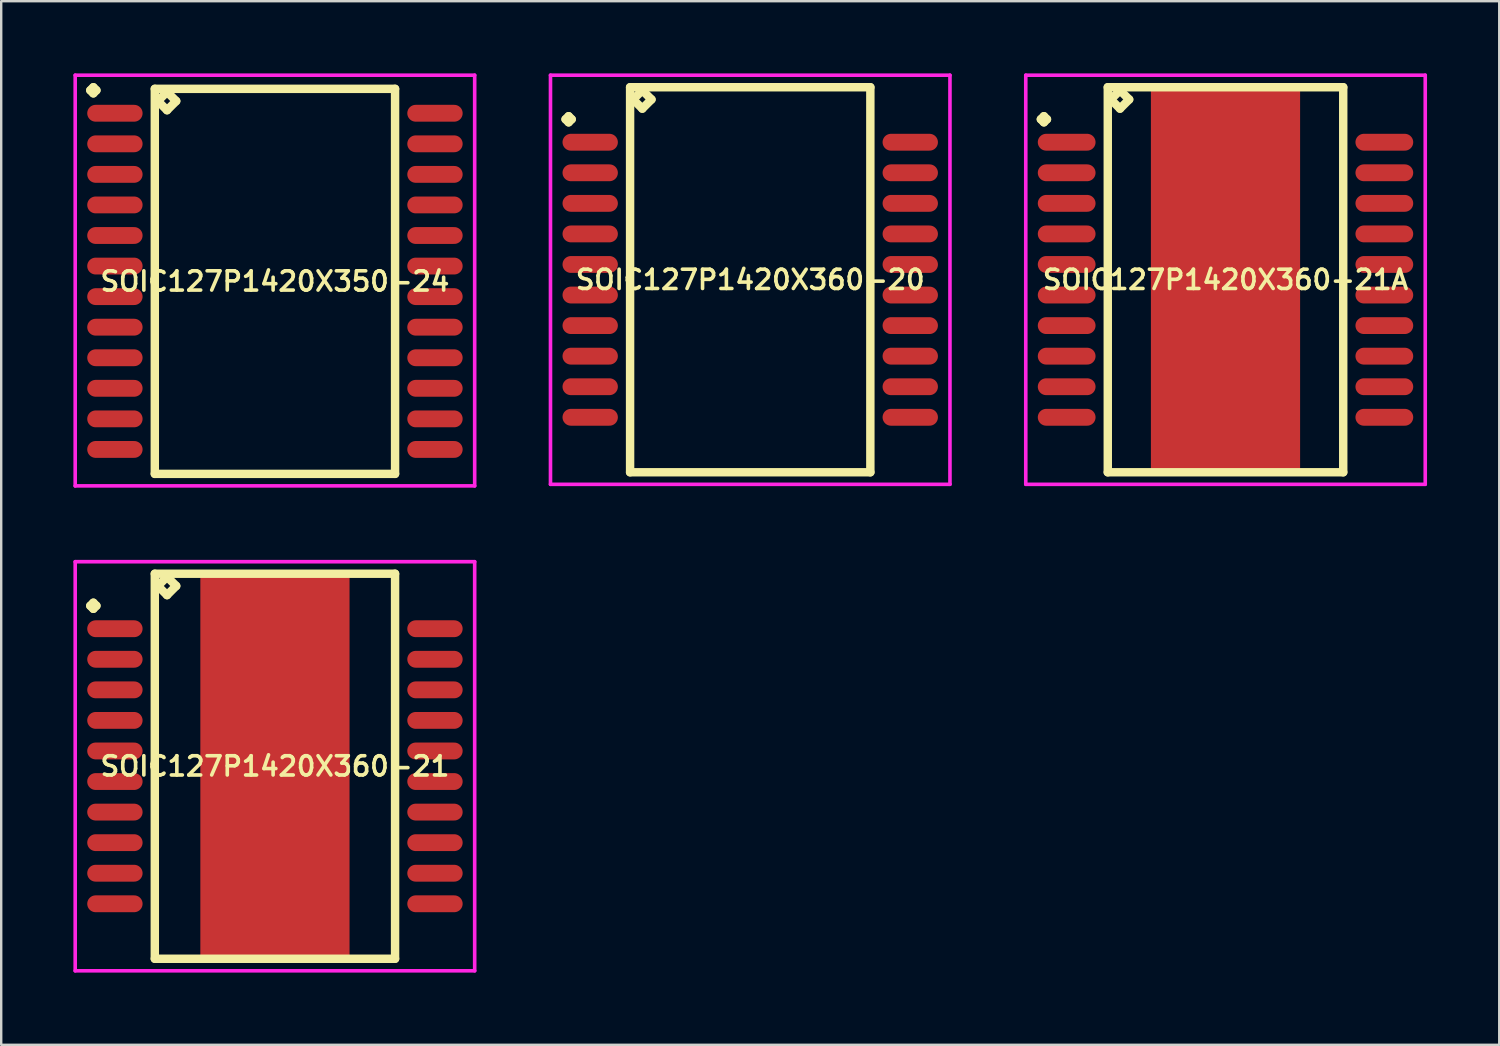
<source format=kicad_pcb>
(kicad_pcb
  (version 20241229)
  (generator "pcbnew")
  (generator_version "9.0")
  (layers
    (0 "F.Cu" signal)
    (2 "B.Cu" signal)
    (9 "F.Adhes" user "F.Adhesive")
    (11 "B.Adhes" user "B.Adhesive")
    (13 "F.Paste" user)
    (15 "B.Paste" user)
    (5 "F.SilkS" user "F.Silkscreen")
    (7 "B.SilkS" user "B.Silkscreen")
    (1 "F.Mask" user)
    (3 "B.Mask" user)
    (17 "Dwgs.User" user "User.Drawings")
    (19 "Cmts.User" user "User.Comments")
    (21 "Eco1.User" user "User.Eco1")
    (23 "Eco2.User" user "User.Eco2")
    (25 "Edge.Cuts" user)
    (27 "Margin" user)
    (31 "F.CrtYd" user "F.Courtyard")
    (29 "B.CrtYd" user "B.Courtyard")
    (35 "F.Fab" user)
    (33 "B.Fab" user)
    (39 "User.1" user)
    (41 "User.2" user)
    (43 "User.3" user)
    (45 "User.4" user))
  (footprint "SOIC127P1420X360-21"
    (layer "F.Cu")
    (at 8.375 28.791)
    (property "Reference" "SOIC127P1420X360-21" (at 0 0 0) (layer "F.SilkS") (effects (font (size 0.8 0.8) (thickness 0.15))))
    (attr smd)
    (fp_line (start -7.673 -6.669) (end -7.546 -6.796) (stroke (width 0.35) (type solid)) (layer "F.SilkS"))
    (fp_line (start -7.546 -6.796) (end -7.419 -6.669) (stroke (width 0.35) (type solid)) (layer "F.SilkS"))
    (fp_line (start -7.546 -6.542) (end -7.673 -6.669) (stroke (width 0.35) (type solid)) (layer "F.SilkS"))
    (fp_line (start -7.419 -6.669) (end -7.546 -6.542) (stroke (width 0.35) (type solid)) (layer "F.SilkS"))
    (fp_line (start -4.992 -8) (end -4.992 8) (stroke (width 0.35) (type solid)) (layer "F.SilkS"))
    (fp_line (start -4.992 8) (end 4.992 8) (stroke (width 0.35) (type solid)) (layer "F.SilkS"))
    (fp_line (start -4.865 -7.492) (end -4.484 -7.873) (stroke (width 0.35) (type solid)) (layer "F.SilkS"))
    (fp_line (start -4.484 -7.873) (end -4.103 -7.492) (stroke (width 0.35) (type solid)) (layer "F.SilkS"))
    (fp_line (start -4.484 -7.111) (end -4.865 -7.492) (stroke (width 0.35) (type solid)) (layer "F.SilkS"))
    (fp_line (start -4.103 -7.492) (end -4.484 -7.111) (stroke (width 0.35) (type solid)) (layer "F.SilkS"))
    (fp_line (start 4.992 -8) (end -4.992 -8) (stroke (width 0.35) (type solid)) (layer "F.SilkS"))
    (fp_line (start 4.992 8) (end 4.992 -8) (stroke (width 0.35) (type solid)) (layer "F.SilkS"))
    (fp_line (start -8.3 -8.5) (end 8.3 -8.5) (stroke (width 0.15) (type solid)) (layer "F.CrtYd"))
    (fp_line (start -8.3 8.5) (end -8.3 -8.5) (stroke (width 0.15) (type solid)) (layer "F.CrtYd"))
    (fp_line (start 8.3 -8.5) (end 8.3 8.5) (stroke (width 0.15) (type solid)) (layer "F.CrtYd"))
    (fp_line (start 8.3 8.5) (end -8.3 8.5) (stroke (width 0.15) (type solid)) (layer "F.CrtYd"))
    (pad "1" smd oval (at -6.65 -5.715) (size 2.3 0.7) (layers "F.Cu" "F.Mask" "F.Paste"))
    (pad "2" smd oval (at -6.65 -4.445) (size 2.3 0.7) (layers "F.Cu" "F.Mask" "F.Paste"))
    (pad "3" smd oval (at -6.65 -3.175) (size 2.3 0.7) (layers "F.Cu" "F.Mask" "F.Paste"))
    (pad "4" smd oval (at -6.65 -1.905) (size 2.3 0.7) (layers "F.Cu" "F.Mask" "F.Paste"))
    (pad "5" smd oval (at -6.65 -0.635) (size 2.3 0.7) (layers "F.Cu" "F.Mask" "F.Paste"))
    (pad "6" smd oval (at -6.65 0.635) (size 2.3 0.7) (layers "F.Cu" "F.Mask" "F.Paste"))
    (pad "7" smd oval (at -6.65 1.905) (size 2.3 0.7) (layers "F.Cu" "F.Mask" "F.Paste"))
    (pad "8" smd oval (at -6.65 3.175) (size 2.3 0.7) (layers "F.Cu" "F.Mask" "F.Paste"))
    (pad "9" smd oval (at -6.65 4.445) (size 2.3 0.7) (layers "F.Cu" "F.Mask" "F.Paste"))
    (pad "10" smd oval (at -6.65 5.715) (size 2.3 0.7) (layers "F.Cu" "F.Mask" "F.Paste"))
    (pad "11" smd oval (at 6.65 5.715) (size 2.3 0.7) (layers "F.Cu" "F.Mask" "F.Paste"))
    (pad "12" smd oval (at 6.65 4.445) (size 2.3 0.7) (layers "F.Cu" "F.Mask" "F.Paste"))
    (pad "13" smd oval (at 6.65 3.175) (size 2.3 0.7) (layers "F.Cu" "F.Mask" "F.Paste"))
    (pad "14" smd oval (at 6.65 1.905) (size 2.3 0.7) (layers "F.Cu" "F.Mask" "F.Paste"))
    (pad "15" smd oval (at 6.65 0.635) (size 2.3 0.7) (layers "F.Cu" "F.Mask" "F.Paste"))
    (pad "16" smd oval (at 6.65 -0.635) (size 2.3 0.7) (layers "F.Cu" "F.Mask" "F.Paste"))
    (pad "17" smd oval (at 6.65 -1.905) (size 2.3 0.7) (layers "F.Cu" "F.Mask" "F.Paste"))
    (pad "18" smd oval (at 6.65 -3.175) (size 2.3 0.7) (layers "F.Cu" "F.Mask" "F.Paste"))
    (pad "19" smd oval (at 6.65 -4.445) (size 2.3 0.7) (layers "F.Cu" "F.Mask" "F.Paste"))
    (pad "20" smd oval (at 6.65 -5.715) (size 2.3 0.7) (layers "F.Cu" "F.Mask" "F.Paste"))
    (pad "21" smd rect (at 0 0) (size 6.2 16) (layers "F.Cu" "F.Mask" "F.Paste")))
  (footprint "SOIC127P1420X350-24"
    (layer "F.Cu")
    (at 8.375 8.641)
    (property "Reference" "SOIC127P1420X350-24" (at 0 0 0) (layer "F.SilkS") (effects (font (size 0.8 0.8) (thickness 0.15))))
    (attr smd)
    (fp_line (start -7.673 -7.939) (end -7.546 -8.066) (stroke (width 0.35) (type solid)) (layer "F.SilkS"))
    (fp_line (start -7.546 -8.066) (end -7.419 -7.939) (stroke (width 0.35) (type solid)) (layer "F.SilkS"))
    (fp_line (start -7.546 -7.812) (end -7.673 -7.939) (stroke (width 0.35) (type solid)) (layer "F.SilkS"))
    (fp_line (start -7.419 -7.939) (end -7.546 -7.812) (stroke (width 0.35) (type solid)) (layer "F.SilkS"))
    (fp_line (start -4.992 -8) (end -4.992 8) (stroke (width 0.35) (type solid)) (layer "F.SilkS"))
    (fp_line (start -4.992 8) (end 4.992 8) (stroke (width 0.35) (type solid)) (layer "F.SilkS"))
    (fp_line (start -4.865 -7.492) (end -4.484 -7.873) (stroke (width 0.35) (type solid)) (layer "F.SilkS"))
    (fp_line (start -4.484 -7.873) (end -4.103 -7.492) (stroke (width 0.35) (type solid)) (layer "F.SilkS"))
    (fp_line (start -4.484 -7.111) (end -4.865 -7.492) (stroke (width 0.35) (type solid)) (layer "F.SilkS"))
    (fp_line (start -4.103 -7.492) (end -4.484 -7.111) (stroke (width 0.35) (type solid)) (layer "F.SilkS"))
    (fp_line (start 4.992 -8) (end -4.992 -8) (stroke (width 0.35) (type solid)) (layer "F.SilkS"))
    (fp_line (start 4.992 8) (end 4.992 -8) (stroke (width 0.35) (type solid)) (layer "F.SilkS"))
    (fp_line (start -8.3 -8.566) (end 8.3 -8.566) (stroke (width 0.15) (type solid)) (layer "F.CrtYd"))
    (fp_line (start -8.3 8.5) (end -8.3 -8.566) (stroke (width 0.15) (type solid)) (layer "F.CrtYd"))
    (fp_line (start 8.3 -8.566) (end 8.3 8.5) (stroke (width 0.15) (type solid)) (layer "F.CrtYd"))
    (fp_line (start 8.3 8.5) (end -8.3 8.5) (stroke (width 0.15) (type solid)) (layer "F.CrtYd"))
    (pad "1" smd oval (at -6.65 -6.985) (size 2.3 0.7) (layers "F.Cu" "F.Mask" "F.Paste"))
    (pad "2" smd oval (at -6.65 -5.715) (size 2.3 0.7) (layers "F.Cu" "F.Mask" "F.Paste"))
    (pad "3" smd oval (at -6.65 -4.445) (size 2.3 0.7) (layers "F.Cu" "F.Mask" "F.Paste"))
    (pad "4" smd oval (at -6.65 -3.175) (size 2.3 0.7) (layers "F.Cu" "F.Mask" "F.Paste"))
    (pad "5" smd oval (at -6.65 -1.905) (size 2.3 0.7) (layers "F.Cu" "F.Mask" "F.Paste"))
    (pad "6" smd oval (at -6.65 -0.635) (size 2.3 0.7) (layers "F.Cu" "F.Mask" "F.Paste"))
    (pad "7" smd oval (at -6.65 0.635) (size 2.3 0.7) (layers "F.Cu" "F.Mask" "F.Paste"))
    (pad "8" smd oval (at -6.65 1.905) (size 2.3 0.7) (layers "F.Cu" "F.Mask" "F.Paste"))
    (pad "9" smd oval (at -6.65 3.175) (size 2.3 0.7) (layers "F.Cu" "F.Mask" "F.Paste"))
    (pad "10" smd oval (at -6.65 4.445) (size 2.3 0.7) (layers "F.Cu" "F.Mask" "F.Paste"))
    (pad "11" smd oval (at -6.65 5.715) (size 2.3 0.7) (layers "F.Cu" "F.Mask" "F.Paste"))
    (pad "12" smd oval (at -6.65 6.985) (size 2.3 0.7) (layers "F.Cu" "F.Mask" "F.Paste"))
    (pad "13" smd oval (at 6.65 6.985) (size 2.3 0.7) (layers "F.Cu" "F.Mask" "F.Paste"))
    (pad "14" smd oval (at 6.65 5.715) (size 2.3 0.7) (layers "F.Cu" "F.Mask" "F.Paste"))
    (pad "15" smd oval (at 6.65 4.445) (size 2.3 0.7) (layers "F.Cu" "F.Mask" "F.Paste"))
    (pad "16" smd oval (at 6.65 3.175) (size 2.3 0.7) (layers "F.Cu" "F.Mask" "F.Paste"))
    (pad "17" smd oval (at 6.65 1.905) (size 2.3 0.7) (layers "F.Cu" "F.Mask" "F.Paste"))
    (pad "18" smd oval (at 6.65 0.635) (size 2.3 0.7) (layers "F.Cu" "F.Mask" "F.Paste"))
    (pad "19" smd oval (at 6.65 -0.635) (size 2.3 0.7) (layers "F.Cu" "F.Mask" "F.Paste"))
    (pad "20" smd oval (at 6.65 -1.905) (size 2.3 0.7) (layers "F.Cu" "F.Mask" "F.Paste"))
    (pad "21" smd oval (at 6.65 -3.175) (size 2.3 0.7) (layers "F.Cu" "F.Mask" "F.Paste"))
    (pad "22" smd oval (at 6.65 -4.445) (size 2.3 0.7) (layers "F.Cu" "F.Mask" "F.Paste"))
    (pad "23" smd oval (at 6.65 -5.715) (size 2.3 0.7) (layers "F.Cu" "F.Mask" "F.Paste"))
    (pad "24" smd oval (at 6.65 -6.985) (size 2.3 0.7) (layers "F.Cu" "F.Mask" "F.Paste")))
  (footprint "SOIC127P1420X360-21A"
    (layer "F.Cu")
    (at 47.875 8.575)
    (property "Reference" "SOIC127P1420X360-21A" (at 0 0 0) (layer "F.SilkS") (effects (font (size 0.8 0.8) (thickness 0.15))))
    (attr smd)
    (fp_line (start -7.673 -6.669) (end -7.546 -6.796) (stroke (width 0.35) (type solid)) (layer "F.SilkS"))
    (fp_line (start -7.546 -6.796) (end -7.419 -6.669) (stroke (width 0.35) (type solid)) (layer "F.SilkS"))
    (fp_line (start -7.546 -6.542) (end -7.673 -6.669) (stroke (width 0.35) (type solid)) (layer "F.SilkS"))
    (fp_line (start -7.419 -6.669) (end -7.546 -6.542) (stroke (width 0.35) (type solid)) (layer "F.SilkS"))
    (fp_line (start -4.892 -8) (end -4.892 8) (stroke (width 0.35) (type solid)) (layer "F.SilkS"))
    (fp_line (start -4.892 8) (end 4.892 8) (stroke (width 0.35) (type solid)) (layer "F.SilkS"))
    (fp_line (start -4.765 -7.492) (end -4.384 -7.873) (stroke (width 0.35) (type solid)) (layer "F.SilkS"))
    (fp_line (start -4.384 -7.873) (end -4.003 -7.492) (stroke (width 0.35) (type solid)) (layer "F.SilkS"))
    (fp_line (start -4.384 -7.111) (end -4.765 -7.492) (stroke (width 0.35) (type solid)) (layer "F.SilkS"))
    (fp_line (start -4.003 -7.492) (end -4.384 -7.111) (stroke (width 0.35) (type solid)) (layer "F.SilkS"))
    (fp_line (start 4.892 -8) (end -4.892 -8) (stroke (width 0.35) (type solid)) (layer "F.SilkS"))
    (fp_line (start 4.892 8) (end 4.892 -8) (stroke (width 0.35) (type solid)) (layer "F.SilkS"))
    (fp_line (start -8.3 -8.5) (end 8.3 -8.5) (stroke (width 0.15) (type solid)) (layer "F.CrtYd"))
    (fp_line (start -8.3 8.5) (end -8.3 -8.5) (stroke (width 0.15) (type solid)) (layer "F.CrtYd"))
    (fp_line (start 8.3 -8.5) (end 8.3 8.5) (stroke (width 0.15) (type solid)) (layer "F.CrtYd"))
    (fp_line (start 8.3 8.5) (end -8.3 8.5) (stroke (width 0.15) (type solid)) (layer "F.CrtYd"))
    (pad "1" smd oval (at -6.6 -5.715) (size 2.4 0.7) (layers "F.Cu" "F.Mask" "F.Paste"))
    (pad "2" smd oval (at -6.6 -4.445) (size 2.4 0.7) (layers "F.Cu" "F.Mask" "F.Paste"))
    (pad "3" smd oval (at -6.6 -3.175) (size 2.4 0.7) (layers "F.Cu" "F.Mask" "F.Paste"))
    (pad "4" smd oval (at -6.6 -1.905) (size 2.4 0.7) (layers "F.Cu" "F.Mask" "F.Paste"))
    (pad "5" smd oval (at -6.6 -0.635) (size 2.4 0.7) (layers "F.Cu" "F.Mask" "F.Paste"))
    (pad "6" smd oval (at -6.6 0.635) (size 2.4 0.7) (layers "F.Cu" "F.Mask" "F.Paste"))
    (pad "7" smd oval (at -6.6 1.905) (size 2.4 0.7) (layers "F.Cu" "F.Mask" "F.Paste"))
    (pad "8" smd oval (at -6.6 3.175) (size 2.4 0.7) (layers "F.Cu" "F.Mask" "F.Paste"))
    (pad "9" smd oval (at -6.6 4.445) (size 2.4 0.7) (layers "F.Cu" "F.Mask" "F.Paste"))
    (pad "10" smd oval (at -6.6 5.715) (size 2.4 0.7) (layers "F.Cu" "F.Mask" "F.Paste"))
    (pad "11" smd oval (at 6.6 5.715) (size 2.4 0.7) (layers "F.Cu" "F.Mask" "F.Paste"))
    (pad "12" smd oval (at 6.6 4.445) (size 2.4 0.7) (layers "F.Cu" "F.Mask" "F.Paste"))
    (pad "13" smd oval (at 6.6 3.175) (size 2.4 0.7) (layers "F.Cu" "F.Mask" "F.Paste"))
    (pad "14" smd oval (at 6.6 1.905) (size 2.4 0.7) (layers "F.Cu" "F.Mask" "F.Paste"))
    (pad "15" smd oval (at 6.6 0.635) (size 2.4 0.7) (layers "F.Cu" "F.Mask" "F.Paste"))
    (pad "16" smd oval (at 6.6 -0.635) (size 2.4 0.7) (layers "F.Cu" "F.Mask" "F.Paste"))
    (pad "17" smd oval (at 6.6 -1.905) (size 2.4 0.7) (layers "F.Cu" "F.Mask" "F.Paste"))
    (pad "18" smd oval (at 6.6 -3.175) (size 2.4 0.7) (layers "F.Cu" "F.Mask" "F.Paste"))
    (pad "19" smd oval (at 6.6 -4.445) (size 2.4 0.7) (layers "F.Cu" "F.Mask" "F.Paste"))
    (pad "20" smd oval (at 6.6 -5.715) (size 2.4 0.7) (layers "F.Cu" "F.Mask" "F.Paste"))
    (pad "21" smd rect (at 0 0) (size 6.2 16) (layers "F.Cu" "F.Mask" "F.Paste")))
  (footprint "SOIC127P1420X360-20"
    (layer "F.Cu")
    (at 28.125 8.575)
    (property "Reference" "SOIC127P1420X360-20" (at 0 0 0) (layer "F.SilkS") (effects (font (size 0.8 0.8) (thickness 0.15))))
    (attr smd)
    (fp_line (start -7.673 -6.669) (end -7.546 -6.796) (stroke (width 0.35) (type solid)) (layer "F.SilkS"))
    (fp_line (start -7.546 -6.796) (end -7.419 -6.669) (stroke (width 0.35) (type solid)) (layer "F.SilkS"))
    (fp_line (start -7.546 -6.542) (end -7.673 -6.669) (stroke (width 0.35) (type solid)) (layer "F.SilkS"))
    (fp_line (start -7.419 -6.669) (end -7.546 -6.542) (stroke (width 0.35) (type solid)) (layer "F.SilkS"))
    (fp_line (start -4.992 -8) (end -4.992 8) (stroke (width 0.35) (type solid)) (layer "F.SilkS"))
    (fp_line (start -4.992 8) (end 4.992 8) (stroke (width 0.35) (type solid)) (layer "F.SilkS"))
    (fp_line (start -4.865 -7.492) (end -4.484 -7.873) (stroke (width 0.35) (type solid)) (layer "F.SilkS"))
    (fp_line (start -4.484 -7.873) (end -4.103 -7.492) (stroke (width 0.35) (type solid)) (layer "F.SilkS"))
    (fp_line (start -4.484 -7.111) (end -4.865 -7.492) (stroke (width 0.35) (type solid)) (layer "F.SilkS"))
    (fp_line (start -4.103 -7.492) (end -4.484 -7.111) (stroke (width 0.35) (type solid)) (layer "F.SilkS"))
    (fp_line (start 4.992 -8) (end -4.992 -8) (stroke (width 0.35) (type solid)) (layer "F.SilkS"))
    (fp_line (start 4.992 8) (end 4.992 -8) (stroke (width 0.35) (type solid)) (layer "F.SilkS"))
    (fp_line (start -8.3 -8.5) (end 8.3 -8.5) (stroke (width 0.15) (type solid)) (layer "F.CrtYd"))
    (fp_line (start -8.3 8.5) (end -8.3 -8.5) (stroke (width 0.15) (type solid)) (layer "F.CrtYd"))
    (fp_line (start 8.3 -8.5) (end 8.3 8.5) (stroke (width 0.15) (type solid)) (layer "F.CrtYd"))
    (fp_line (start 8.3 8.5) (end -8.3 8.5) (stroke (width 0.15) (type solid)) (layer "F.CrtYd"))
    (pad "1" smd oval (at -6.65 -5.715) (size 2.3 0.7) (layers "F.Cu" "F.Mask" "F.Paste"))
    (pad "2" smd oval (at -6.65 -4.445) (size 2.3 0.7) (layers "F.Cu" "F.Mask" "F.Paste"))
    (pad "3" smd oval (at -6.65 -3.175) (size 2.3 0.7) (layers "F.Cu" "F.Mask" "F.Paste"))
    (pad "4" smd oval (at -6.65 -1.905) (size 2.3 0.7) (layers "F.Cu" "F.Mask" "F.Paste"))
    (pad "5" smd oval (at -6.65 -0.635) (size 2.3 0.7) (layers "F.Cu" "F.Mask" "F.Paste"))
    (pad "6" smd oval (at -6.65 0.635) (size 2.3 0.7) (layers "F.Cu" "F.Mask" "F.Paste"))
    (pad "7" smd oval (at -6.65 1.905) (size 2.3 0.7) (layers "F.Cu" "F.Mask" "F.Paste"))
    (pad "8" smd oval (at -6.65 3.175) (size 2.3 0.7) (layers "F.Cu" "F.Mask" "F.Paste"))
    (pad "9" smd oval (at -6.65 4.445) (size 2.3 0.7) (layers "F.Cu" "F.Mask" "F.Paste"))
    (pad "10" smd oval (at -6.65 5.715) (size 2.3 0.7) (layers "F.Cu" "F.Mask" "F.Paste"))
    (pad "11" smd oval (at 6.65 5.715) (size 2.3 0.7) (layers "F.Cu" "F.Mask" "F.Paste"))
    (pad "12" smd oval (at 6.65 4.445) (size 2.3 0.7) (layers "F.Cu" "F.Mask" "F.Paste"))
    (pad "13" smd oval (at 6.65 3.175) (size 2.3 0.7) (layers "F.Cu" "F.Mask" "F.Paste"))
    (pad "14" smd oval (at 6.65 1.905) (size 2.3 0.7) (layers "F.Cu" "F.Mask" "F.Paste"))
    (pad "15" smd oval (at 6.65 0.635) (size 2.3 0.7) (layers "F.Cu" "F.Mask" "F.Paste"))
    (pad "16" smd oval (at 6.65 -0.635) (size 2.3 0.7) (layers "F.Cu" "F.Mask" "F.Paste"))
    (pad "17" smd oval (at 6.65 -1.905) (size 2.3 0.7) (layers "F.Cu" "F.Mask" "F.Paste"))
    (pad "18" smd oval (at 6.65 -3.175) (size 2.3 0.7) (layers "F.Cu" "F.Mask" "F.Paste"))
    (pad "19" smd oval (at 6.65 -4.445) (size 2.3 0.7) (layers "F.Cu" "F.Mask" "F.Paste"))
    (pad "20" smd oval (at 6.65 -5.715) (size 2.3 0.7) (layers "F.Cu" "F.Mask" "F.Paste")))
  (gr_rect
    (start -3 -3)
    (end 59.25 40.366)
    (stroke (width 0.1) (type default))
    (fill no)
    (layer "Edge.Cuts")))
</source>
